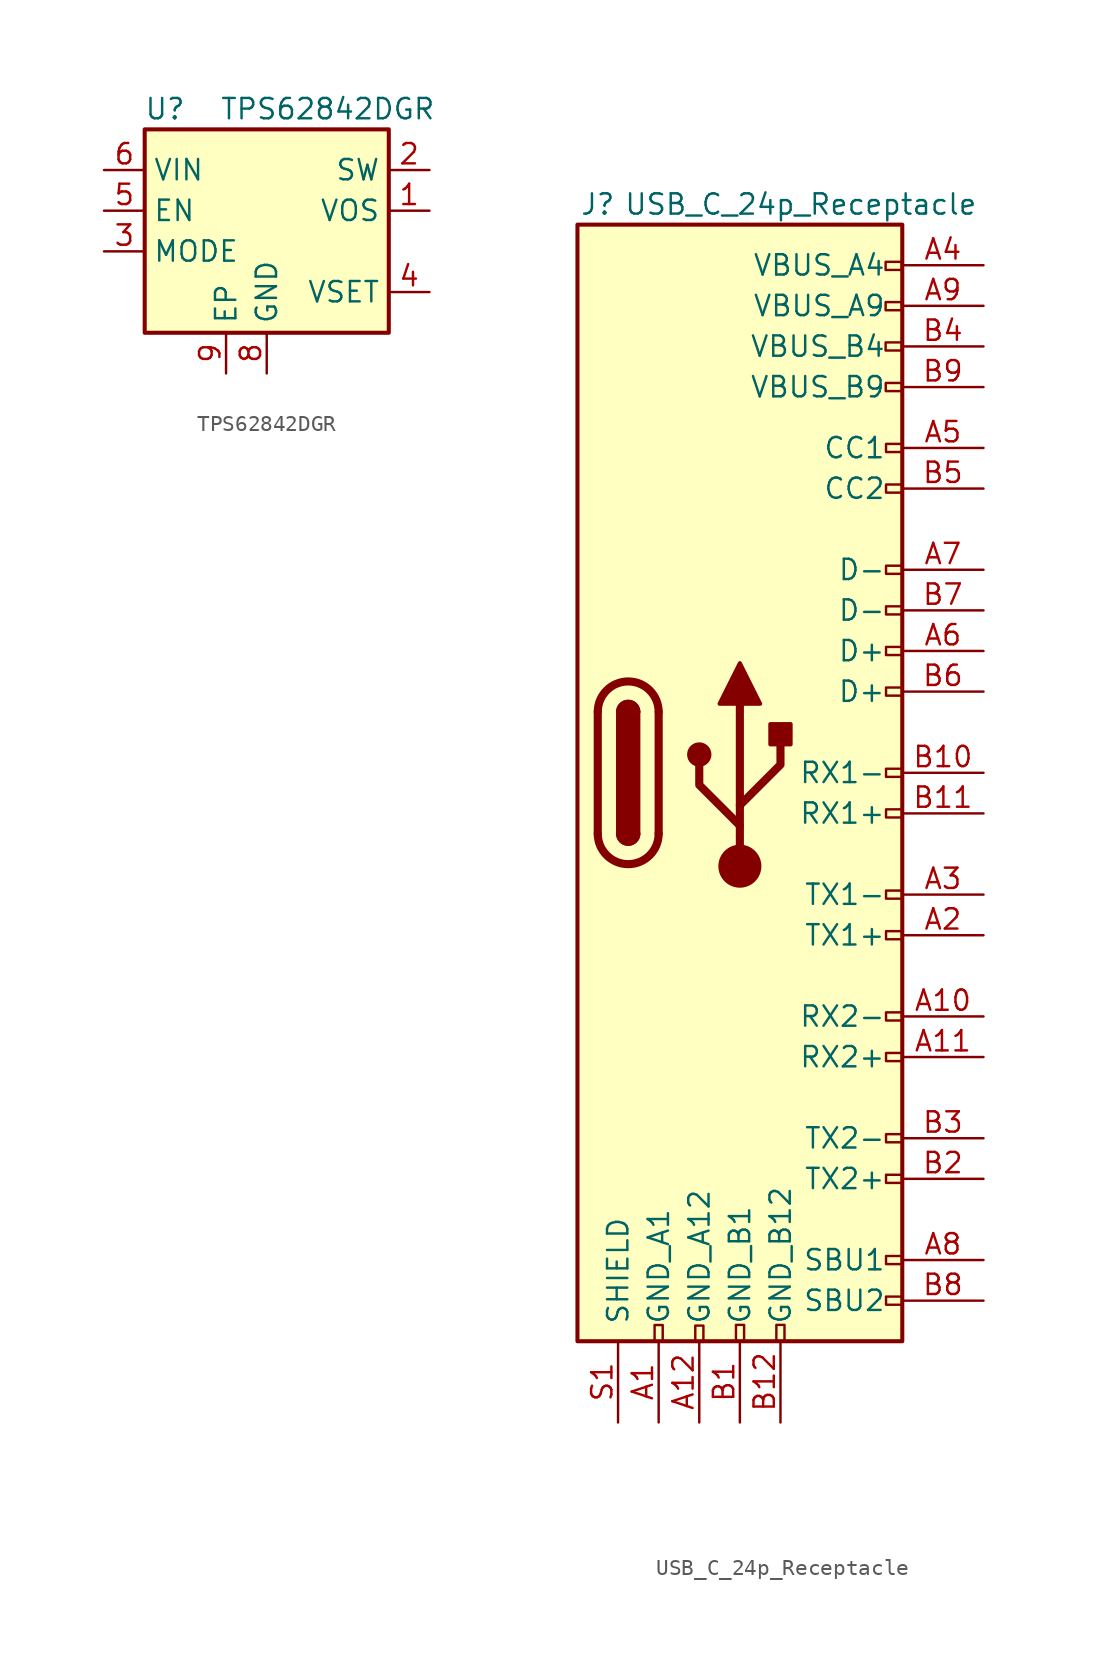
<source format=kicad_sym>
(kicad_symbol_lib
  (version 20220914)
  (generator kicad_symbol_editor)
  (symbol "TPS62842DGR"
    (property "Reference" "U"
      (at 1.27 1.27 0)
      (effects (font (size 1.27 1.27))))
    (property "Value" "TPS62842DGR"
      (at 11.43 1.27 0)
      (effects (font (size 1.27 1.27))))
    (symbol "TPS62842DGR_0_1"
      (rectangle (start 0 0) (end 15.24 -12.7) (stroke (width 0.254) (type default)) (fill (type background))))
    (symbol "TPS62842DGR_1_0"
      (pin power_in line (at 5.08 -15.24 90) (length 2.54) (name "EP" (effects (font (size 1.27 1.27)))) (number "9" (effects (font (size 1.27 1.27))))))
    (symbol "TPS62842DGR_1_1"
      (pin input line (at 17.78 -5.08 180) (length 2.54) (name "VOS" (effects (font (size 1.27 1.27)))) (number "1" (effects (font (size 1.27 1.27)))))
      (pin power_out line (at 17.78 -2.54 180) (length 2.54) (name "SW" (effects (font (size 1.27 1.27)))) (number "2" (effects (font (size 1.27 1.27)))))
      (pin input line (at -2.54 -7.62 0) (length 2.54) (name "MODE" (effects (font (size 1.27 1.27)))) (number "3" (effects (font (size 1.27 1.27)))))
      (pin input line (at 17.78 -10.16 180) (length 2.54) (name "VSET" (effects (font (size 1.27 1.27)))) (number "4" (effects (font (size 1.27 1.27)))))
      (pin input line (at -2.54 -5.08 0) (length 2.54) (name "EN" (effects (font (size 1.27 1.27)))) (number "5" (effects (font (size 1.27 1.27)))))
      (pin power_in line (at -2.54 -2.54 0) (length 2.54) (name "VIN" (effects (font (size 1.27 1.27)))) (number "6" (effects (font (size 1.27 1.27)))))
      (pin no_connect line (at 17.78 -7.62 180) (length 2.54) hide (name "NC" (effects (font (size 1.27 1.27)))) (number "7" (effects (font (size 1.27 1.27)))))
      (pin power_in line (at 7.62 -15.24 90) (length 2.54) (name "GND" (effects (font (size 1.27 1.27)))) (number "8" (effects (font (size 1.27 1.27)))))))
  (symbol "USB_C_24p_Receptacle"
    (pin_names
      (offset 1.016))
    (property "Reference" "J"
      (at 1.27 1.27 0)
      (effects (font (size 1.27 1.27))))
    (property "Value" "USB_C_24p_Receptacle"
      (at 13.97 1.27 0)
      (effects (font (size 1.27 1.27))))
    (symbol "USB_C_24p_Receptacle_0_0"
      (rectangle (start 4.826 -68.834) (end 5.334 -69.85) (stroke (width 0) (type default)) (fill (type none)))
      (rectangle (start 7.371 -68.87) (end 7.879 -69.886) (stroke (width 0) (type default)) (fill (type none)))
      (rectangle (start 9.917 -68.824) (end 10.425 -69.84) (stroke (width 0) (type default)) (fill (type none)))
      (rectangle (start 12.443 -68.824) (end 12.951 -69.84) (stroke (width 0) (type default)) (fill (type none)))
      (rectangle (start 19.278 -7.366) (end 20.294 -7.874) (stroke (width 0) (type default)) (fill (type none)))
      (rectangle (start 19.278 -4.846) (end 20.294 -5.354) (stroke (width 0) (type default)) (fill (type none)))
      (rectangle (start 19.278 -2.326) (end 20.294 -2.834) (stroke (width 0) (type default)) (fill (type none)))
      (rectangle (start 19.285 -9.905) (end 20.301 -10.413) (stroke (width 0) (type default)) (fill (type none)))
      (rectangle (start 20.32 -67.056) (end 19.304 -67.564) (stroke (width 0) (type default)) (fill (type none)))
      (rectangle (start 20.32 -64.516) (end 19.304 -65.024) (stroke (width 0) (type default)) (fill (type none)))
      (rectangle (start 20.32 -59.436) (end 19.304 -59.944) (stroke (width 0) (type default)) (fill (type none)))
      (rectangle (start 20.32 -56.896) (end 19.304 -57.404) (stroke (width 0) (type default)) (fill (type none)))
      (rectangle (start 20.32 -51.816) (end 19.304 -52.324) (stroke (width 0) (type default)) (fill (type none)))
      (rectangle (start 20.32 -49.276) (end 19.304 -49.784) (stroke (width 0) (type default)) (fill (type none)))
      (rectangle (start 20.32 -44.196) (end 19.304 -44.704) (stroke (width 0) (type default)) (fill (type none)))
      (rectangle (start 20.32 -41.656) (end 19.304 -42.164) (stroke (width 0) (type default)) (fill (type none)))
      (rectangle (start 20.32 -36.576) (end 19.304 -37.084) (stroke (width 0) (type default)) (fill (type none)))
      (rectangle (start 20.32 -34.036) (end 19.304 -34.544) (stroke (width 0) (type default)) (fill (type none)))
      (rectangle (start 20.32 -28.956) (end 19.304 -29.464) (stroke (width 0) (type default)) (fill (type none)))
      (rectangle (start 20.32 -26.416) (end 19.304 -26.924) (stroke (width 0) (type default)) (fill (type none)))
      (rectangle (start 20.32 -23.876) (end 19.304 -24.384) (stroke (width 0) (type default)) (fill (type none)))
      (rectangle (start 20.32 -21.336) (end 19.304 -21.844) (stroke (width 0) (type default)) (fill (type none)))
      (rectangle (start 20.32 -16.256) (end 19.304 -16.764) (stroke (width 0) (type default)) (fill (type none)))
      (rectangle (start 20.32 -13.716) (end 19.304 -14.224) (stroke (width 0) (type default)) (fill (type none))))
    (symbol "USB_C_24p_Receptacle_0_1"
      (polyline (pts (xy 1.27 -38.1) (xy 1.27 -30.48)) (stroke (width 0.508) (type default)) (fill (type none)))
      (polyline (pts (xy 5.08 -30.48) (xy 5.08 -38.1)) (stroke (width 0.508) (type default)) (fill (type none)))
      (rectangle (start 0 0) (end 20.32 -69.85) (stroke (width 0.254) (type default)) (fill (type background)))
      (arc (start 1.27 -38.1) (mid 3.175 -39.9967) (end 5.08 -38.1) (stroke (width 0.508) (type default)) (fill (type none)))
      (arc (start 2.54 -38.1) (mid 3.175 -38.7323) (end 3.81 -38.1) (stroke (width 0.254) (type default)) (fill (type none)))
      (arc (start 2.54 -38.1) (mid 3.175 -38.7323) (end 3.81 -38.1) (stroke (width 0.254) (type default)) (fill (type outline)))
      (rectangle (start 2.54 -38.1) (end 3.81 -30.48) (stroke (width 0.254) (type default)) (fill (type outline)))
      (arc (start 3.81 -30.48) (mid 3.175 -29.8477) (end 2.54 -30.48) (stroke (width 0.254) (type default)) (fill (type none)))
      (arc (start 3.81 -30.48) (mid 3.175 -29.8477) (end 2.54 -30.48) (stroke (width 0.254) (type default)) (fill (type outline)))
      (arc (start 5.08 -30.48) (mid 3.175 -28.5833) (end 1.27 -30.48) (stroke (width 0.508) (type default)) (fill (type none))))
    (symbol "USB_C_24p_Receptacle_1_1"
      (polyline (pts (xy 10.16 -40.132) (xy 10.16 -29.972)) (stroke (width 0.508) (type default)) (fill (type none)))
      (polyline (pts (xy 10.16 -37.592) (xy 7.62 -35.052) (xy 7.62 -33.782)) (stroke (width 0.508) (type default)) (fill (type none)))
      (polyline (pts (xy 10.16 -36.322) (xy 12.7 -33.782) (xy 12.7 -32.512)) (stroke (width 0.508) (type default)) (fill (type none)))
      (polyline (pts (xy 8.89 -29.972) (xy 10.16 -27.432) (xy 11.43 -29.972) (xy 8.89 -29.972)) (stroke (width 0.254) (type default)) (fill (type outline)))
      (circle (center 7.62 -33.147) (radius 0.635) (stroke (width 0.254) (type default)) (fill (type outline)))
      (circle (center 10.16 -40.132) (radius 1.27) (stroke (width 0) (type default)) (fill (type outline)))
      (rectangle (start 12.065 -32.512) (end 13.335 -31.242) (stroke (width 0.254) (type default)) (fill (type outline)))
      (pin passive line (at 5.08 -74.93 90) (length 5.08) (name "GND_A1" (effects (font (size 1.27 1.27)))) (number "A1" (effects (font (size 1.27 1.27)))))
      (pin bidirectional line (at 25.4 -49.53 180) (length 5.08) (name "RX2-" (effects (font (size 1.27 1.27)))) (number "A10" (effects (font (size 1.27 1.27)))))
      (pin bidirectional line (at 25.4 -52.07 180) (length 5.08) (name "RX2+" (effects (font (size 1.27 1.27)))) (number "A11" (effects (font (size 1.27 1.27)))))
      (pin passive line (at 7.62 -74.93 90) (length 5.08) (name "GND_A12" (effects (font (size 1.27 1.27)))) (number "A12" (effects (font (size 1.27 1.27)))))
      (pin bidirectional line (at 25.4 -44.45 180) (length 5.08) (name "TX1+" (effects (font (size 1.27 1.27)))) (number "A2" (effects (font (size 1.27 1.27)))))
      (pin bidirectional line (at 25.4 -41.91 180) (length 5.08) (name "TX1-" (effects (font (size 1.27 1.27)))) (number "A3" (effects (font (size 1.27 1.27)))))
      (pin passive line (at 25.4 -2.54 180) (length 5.08) (name "VBUS_A4" (effects (font (size 1.27 1.27)))) (number "A4" (effects (font (size 1.27 1.27)))))
      (pin bidirectional line (at 25.4 -13.97 180) (length 5.08) (name "CC1" (effects (font (size 1.27 1.27)))) (number "A5" (effects (font (size 1.27 1.27)))))
      (pin bidirectional line (at 25.4 -26.67 180) (length 5.08) (name "D+" (effects (font (size 1.27 1.27)))) (number "A6" (effects (font (size 1.27 1.27)))))
      (pin bidirectional line (at 25.4 -21.59 180) (length 5.08) (name "D-" (effects (font (size 1.27 1.27)))) (number "A7" (effects (font (size 1.27 1.27)))))
      (pin bidirectional line (at 25.4 -64.77 180) (length 5.08) (name "SBU1" (effects (font (size 1.27 1.27)))) (number "A8" (effects (font (size 1.27 1.27)))))
      (pin passive line (at 25.4 -5.08 180) (length 5.08) (name "VBUS_A9" (effects (font (size 1.27 1.27)))) (number "A9" (effects (font (size 1.27 1.27)))))
      (pin passive line (at 10.16 -74.93 90) (length 5.08) (name "GND_B1" (effects (font (size 1.27 1.27)))) (number "B1" (effects (font (size 1.27 1.27)))))
      (pin bidirectional line (at 25.4 -34.29 180) (length 5.08) (name "RX1-" (effects (font (size 1.27 1.27)))) (number "B10" (effects (font (size 1.27 1.27)))))
      (pin bidirectional line (at 25.4 -36.83 180) (length 5.08) (name "RX1+" (effects (font (size 1.27 1.27)))) (number "B11" (effects (font (size 1.27 1.27)))))
      (pin passive line (at 12.7 -74.93 90) (length 5.08) (name "GND_B12" (effects (font (size 1.27 1.27)))) (number "B12" (effects (font (size 1.27 1.27)))))
      (pin bidirectional line (at 25.4 -59.69 180) (length 5.08) (name "TX2+" (effects (font (size 1.27 1.27)))) (number "B2" (effects (font (size 1.27 1.27)))))
      (pin bidirectional line (at 25.4 -57.15 180) (length 5.08) (name "TX2-" (effects (font (size 1.27 1.27)))) (number "B3" (effects (font (size 1.27 1.27)))))
      (pin passive line (at 25.4 -7.62 180) (length 5.08) (name "VBUS_B4" (effects (font (size 1.27 1.27)))) (number "B4" (effects (font (size 1.27 1.27)))))
      (pin bidirectional line (at 25.4 -16.51 180) (length 5.08) (name "CC2" (effects (font (size 1.27 1.27)))) (number "B5" (effects (font (size 1.27 1.27)))))
      (pin bidirectional line (at 25.4 -29.21 180) (length 5.08) (name "D+" (effects (font (size 1.27 1.27)))) (number "B6" (effects (font (size 1.27 1.27)))))
      (pin bidirectional line (at 25.4 -24.13 180) (length 5.08) (name "D-" (effects (font (size 1.27 1.27)))) (number "B7" (effects (font (size 1.27 1.27)))))
      (pin bidirectional line (at 25.4 -67.31 180) (length 5.08) (name "SBU2" (effects (font (size 1.27 1.27)))) (number "B8" (effects (font (size 1.27 1.27)))))
      (pin passive line (at 25.4 -10.16 180) (length 5.08) (name "VBUS_B9" (effects (font (size 1.27 1.27)))) (number "B9" (effects (font (size 1.27 1.27)))))
      (pin passive line (at 2.54 -74.93 90) (length 5.08) (name "SHIELD" (effects (font (size 1.27 1.27)))) (number "S1" (effects (font (size 1.27 1.27))))))))
</source>
